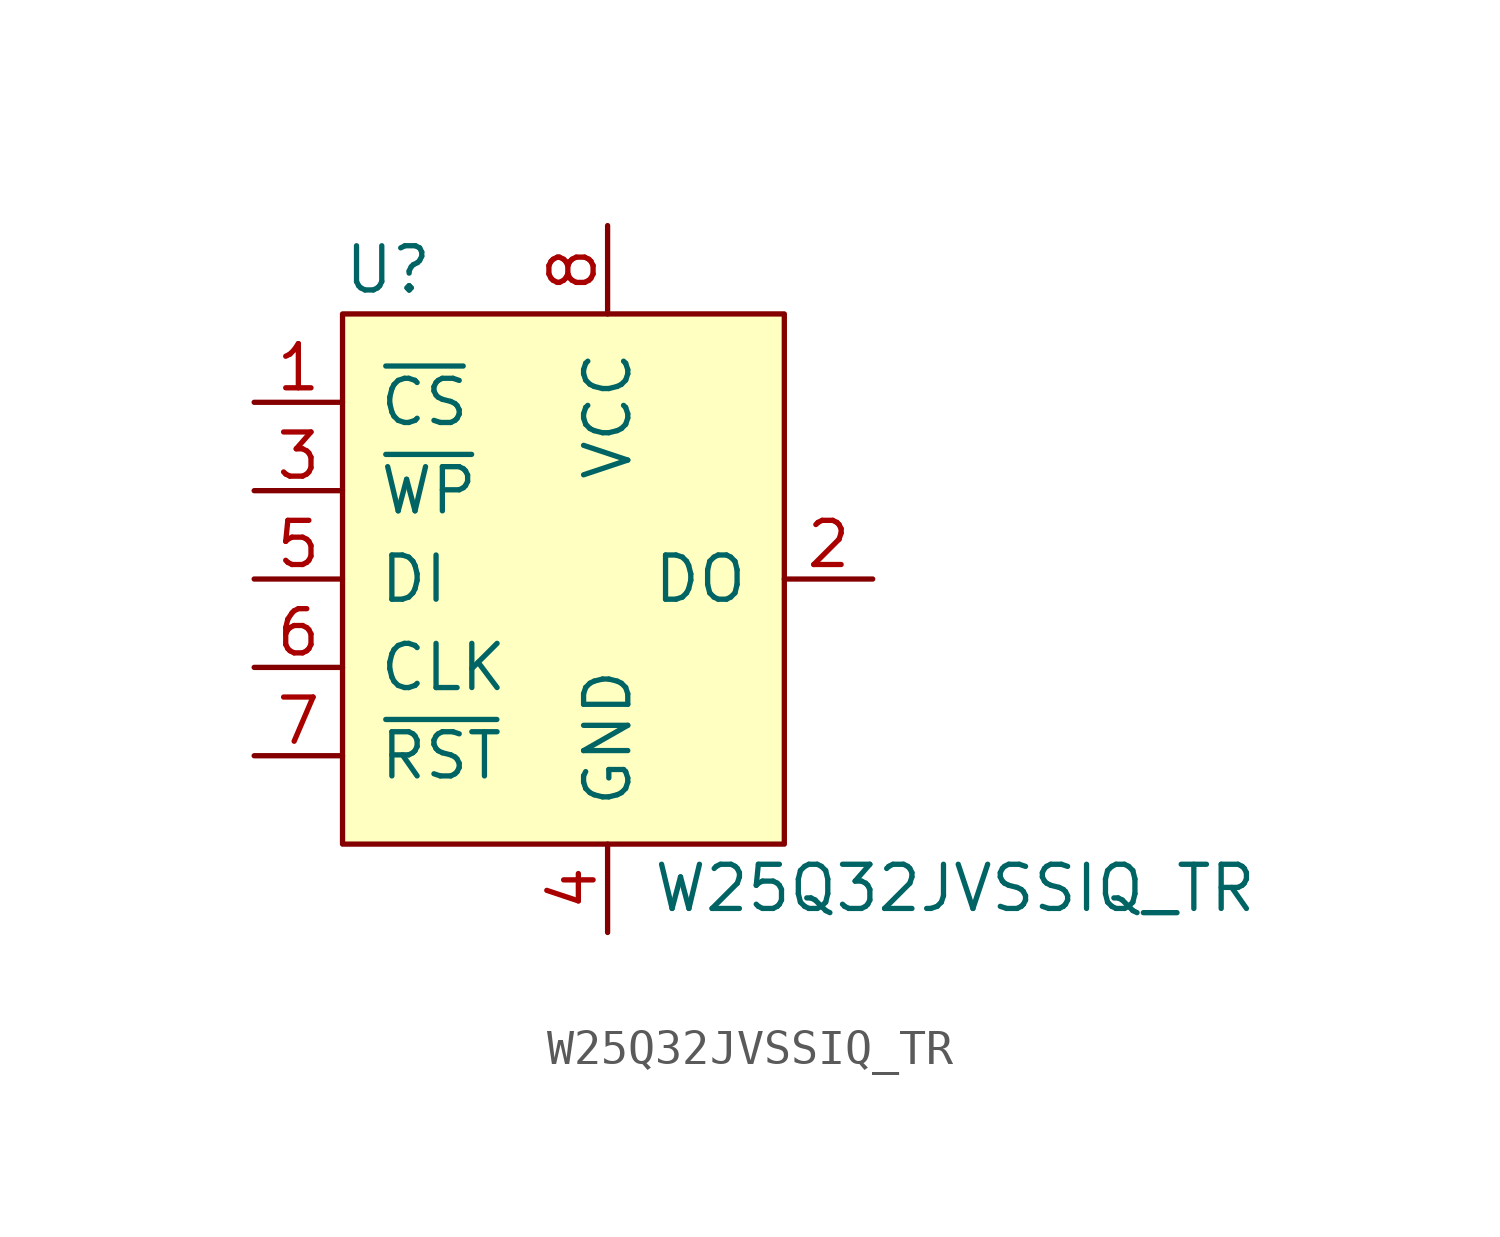
<source format=kicad_sym>
(kicad_symbol_lib
  (version 20211014)
  (generator kicad_symbol_editor)
  (symbol "W25Q32JVSSIQ_TR"
    (pin_names
      (offset 1.016))
    (property "Reference" "U"
      (at -7.62 8.89 0)
      (effects (font (size 1.27 1.27)) (justify left)))
    (property "Value" "W25Q32JVSSIQ_TR"
      (at 1.27 -8.89 0)
      (effects (font (size 1.27 1.27)) (justify left)))
    (symbol "W25Q32JVSSIQ_TR_0_1"
      (rectangle (start -7.62 7.62) (end 5.08 -7.62) (stroke (width 0) (type default) (color 0 0 0 0)) (fill (type background))))
    (symbol "W25Q32JVSSIQ_TR_1_1"
      (pin input line (at -10.16 5.08 0) (length 2.54) (name "~{CS}" (effects (font (size 1.27 1.27)))) (number "1" (effects (font (size 1.27 1.27)))))
      (pin output line (at 7.62 0 180) (length 2.54) (name "DO" (effects (font (size 1.27 1.27)))) (number "2" (effects (font (size 1.27 1.27)))))
      (pin input line (at -10.16 2.54 0) (length 2.54) (name "~{WP}" (effects (font (size 1.27 1.27)))) (number "3" (effects (font (size 1.27 1.27)))))
      (pin power_in line (at 0 -10.16 90) (length 2.54) (name "GND" (effects (font (size 1.27 1.27)))) (number "4" (effects (font (size 1.27 1.27)))))
      (pin input line (at -10.16 0 0) (length 2.54) (name "DI" (effects (font (size 1.27 1.27)))) (number "5" (effects (font (size 1.27 1.27)))))
      (pin input line (at -10.16 -2.54 0) (length 2.54) (name "CLK" (effects (font (size 1.27 1.27)))) (number "6" (effects (font (size 1.27 1.27)))))
      (pin input line (at -10.16 -5.08 0) (length 2.54) (name "~{RST}" (effects (font (size 1.27 1.27)))) (number "7" (effects (font (size 1.27 1.27)))))
      (pin power_in line (at 0 10.16 270) (length 2.54) (name "VCC" (effects (font (size 1.27 1.27)))) (number "8" (effects (font (size 1.27 1.27))))))))
</source>
